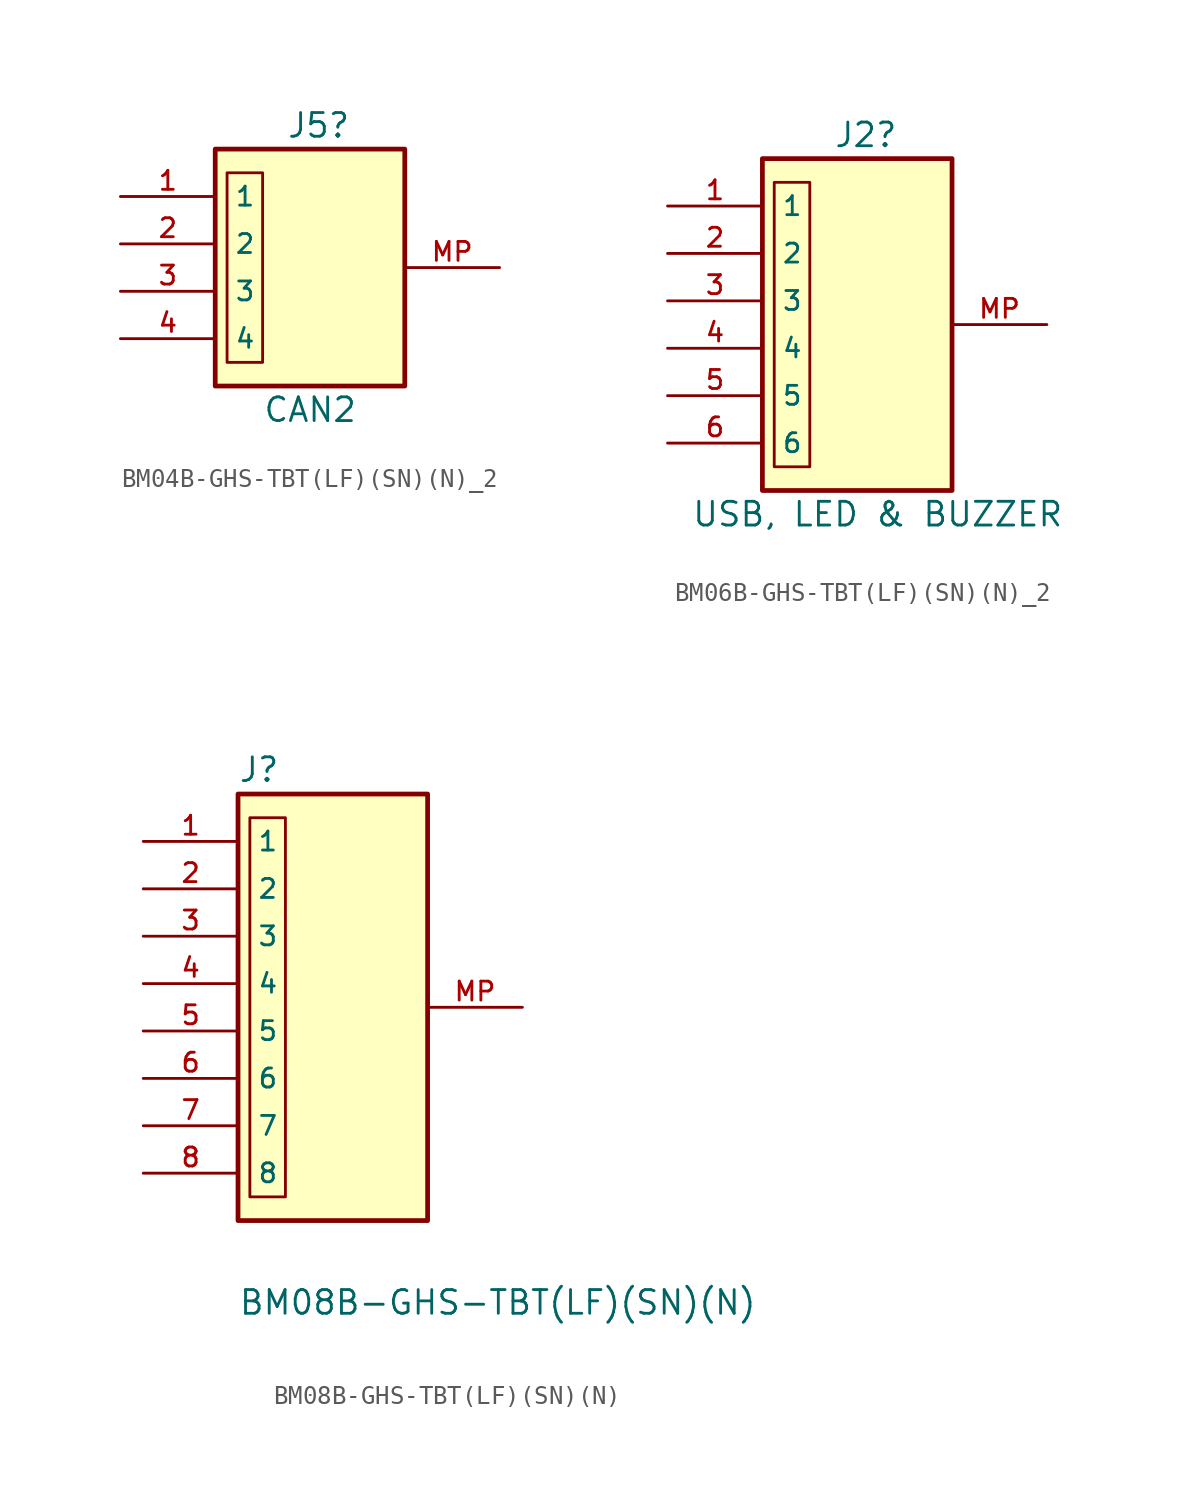
<source format=kicad_sym>
(kicad_symbol_lib
  (version 20211014)
  (generator kicad_symbol_editor)
  (symbol "BM04B-GHS-TBT(LF)(SN)(N)_2"
    (pin_names
      (offset 1.016))
    (property "Reference" "J5"
      (at -1.27 8.89 0)
      (effects (font (size 1.27 1.27)) (justify left)))
    (property "Value" "CAN2"
      (at -2.54 -6.35 0)
      (effects (font (size 1.27 1.27)) (justify left)))
    (property "ki_locked" ""
      (at 0 0 0)
      (effects (font (size 1.27 1.27))))
    (symbol "BM04B-GHS-TBT(LF)(SN)(N)_2_0_0"
      (rectangle (start -5.08 7.62) (end 5.08 -5.08) (stroke (width 0.254) (type default) (color 0 0 0 0)) (fill (type background)))
      (pin passive line (at -10.16 5.08 0) (length 5.08) (name "1" (effects (font (size 1.016 1.016)))) (number "1" (effects (font (size 1.016 1.016)))))
      (pin passive line (at -10.16 2.54 0) (length 5.08) (name "2" (effects (font (size 1.016 1.016)))) (number "2" (effects (font (size 1.016 1.016)))))
      (pin passive line (at -10.16 0 0) (length 5.08) (name "3" (effects (font (size 1.016 1.016)))) (number "3" (effects (font (size 1.016 1.016)))))
      (pin passive line (at -10.16 -2.54 0) (length 5.08) (name "4" (effects (font (size 1.016 1.016)))) (number "4" (effects (font (size 1.016 1.016)))))
      (pin passive line (at 10.16 1.27 180) (length 5.08) (name "" (effects (font (size 1.016 1.016)))) (number "MP" (effects (font (size 1.016 1.016))))))
    (symbol "BM04B-GHS-TBT(LF)(SN)(N)_2_1_1"
      (rectangle (start -4.445 6.35) (end -2.54 -3.81) (stroke (width 0.152) (type default) (color 0 0 0 0)) (fill (type none)))))
  (symbol "BM06B-GHS-TBT(LF)(SN)(N)_2"
    (pin_names
      (offset 1.016))
    (property "Reference" "J2"
      (at -1.27 11.43 0)
      (effects (font (size 1.27 1.27)) (justify left)))
    (property "Value" "USB, LED & BUZZER"
      (at -8.89 -8.89 0)
      (effects (font (size 1.27 1.27)) (justify left)))
    (property "ki_locked" ""
      (at 0 0 0)
      (effects (font (size 1.27 1.27))))
    (symbol "BM06B-GHS-TBT(LF)(SN)(N)_2_0_0"
      (rectangle (start -5.08 10.16) (end 5.08 -7.62) (stroke (width 0.254) (type default) (color 0 0 0 0)) (fill (type background)))
      (pin passive line (at -10.16 7.62 0) (length 5.08) (name "1" (effects (font (size 1.016 1.016)))) (number "1" (effects (font (size 1.016 1.016)))))
      (pin passive line (at -10.16 5.08 0) (length 5.08) (name "2" (effects (font (size 1.016 1.016)))) (number "2" (effects (font (size 1.016 1.016)))))
      (pin passive line (at -10.16 2.54 0) (length 5.08) (name "3" (effects (font (size 1.016 1.016)))) (number "3" (effects (font (size 1.016 1.016)))))
      (pin passive line (at -10.16 0 0) (length 5.08) (name "4" (effects (font (size 1.016 1.016)))) (number "4" (effects (font (size 1.016 1.016)))))
      (pin passive line (at -10.16 -2.54 0) (length 5.08) (name "5" (effects (font (size 1.016 1.016)))) (number "5" (effects (font (size 1.016 1.016)))))
      (pin passive line (at -10.16 -5.08 0) (length 5.08) (name "6" (effects (font (size 1.016 1.016)))) (number "6" (effects (font (size 1.016 1.016)))))
      (pin passive line (at 10.16 1.27 180) (length 5.08) (name "" (effects (font (size 1.016 1.016)))) (number "MP" (effects (font (size 1.016 1.016))))))
    (symbol "BM06B-GHS-TBT(LF)(SN)(N)_2_1_1"
      (rectangle (start -4.445 8.89) (end -2.54 -6.35) (stroke (width 0.152) (type default) (color 0 0 0 0)) (fill (type none)))))
  (symbol "BM08B-GHS-TBT(LF)(SN)(N)"
    (pin_names
      (offset 1.016))
    (property "Reference" "J"
      (at -5.08 13.259 0)
      (effects (font (size 1.27 1.27)) (justify left bottom)))
    (property "Value" "BM08B-GHS-TBT(LF)(SN)(N)"
      (at -5.08 -15.291 0)
      (effects (font (size 1.27 1.27)) (justify left bottom)))
    (symbol "BM08B-GHS-TBT(LF)(SN)(N)_0_0"
      (rectangle (start -5.08 12.7) (end 5.08 -10.16) (stroke (width 0.254) (type default) (color 0 0 0 0)) (fill (type background)))
      (pin passive line (at -10.16 10.16 0) (length 5.08) (name "1" (effects (font (size 1.016 1.016)))) (number "1" (effects (font (size 1.016 1.016)))))
      (pin passive line (at -10.16 7.62 0) (length 5.08) (name "2" (effects (font (size 1.016 1.016)))) (number "2" (effects (font (size 1.016 1.016)))))
      (pin passive line (at -10.16 5.08 0) (length 5.08) (name "3" (effects (font (size 1.016 1.016)))) (number "3" (effects (font (size 1.016 1.016)))))
      (pin passive line (at -10.16 2.54 0) (length 5.08) (name "4" (effects (font (size 1.016 1.016)))) (number "4" (effects (font (size 1.016 1.016)))))
      (pin passive line (at -10.16 0 0) (length 5.08) (name "5" (effects (font (size 1.016 1.016)))) (number "5" (effects (font (size 1.016 1.016)))))
      (pin passive line (at -10.16 -2.54 0) (length 5.08) (name "6" (effects (font (size 1.016 1.016)))) (number "6" (effects (font (size 1.016 1.016)))))
      (pin passive line (at -10.16 -5.08 0) (length 5.08) (name "7" (effects (font (size 1.016 1.016)))) (number "7" (effects (font (size 1.016 1.016)))))
      (pin passive line (at -10.16 -7.62 0) (length 5.08) (name "8" (effects (font (size 1.016 1.016)))) (number "8" (effects (font (size 1.016 1.016)))))
      (pin passive line (at 10.16 1.27 180) (length 5.08) (name "" (effects (font (size 1.016 1.016)))) (number "MP" (effects (font (size 1.016 1.016))))))
    (symbol "BM08B-GHS-TBT(LF)(SN)(N)_1_1"
      (rectangle (start -4.445 11.43) (end -2.54 -8.89) (stroke (width 0.152) (type default) (color 0 0 0 0)) (fill (type none))))))
</source>
